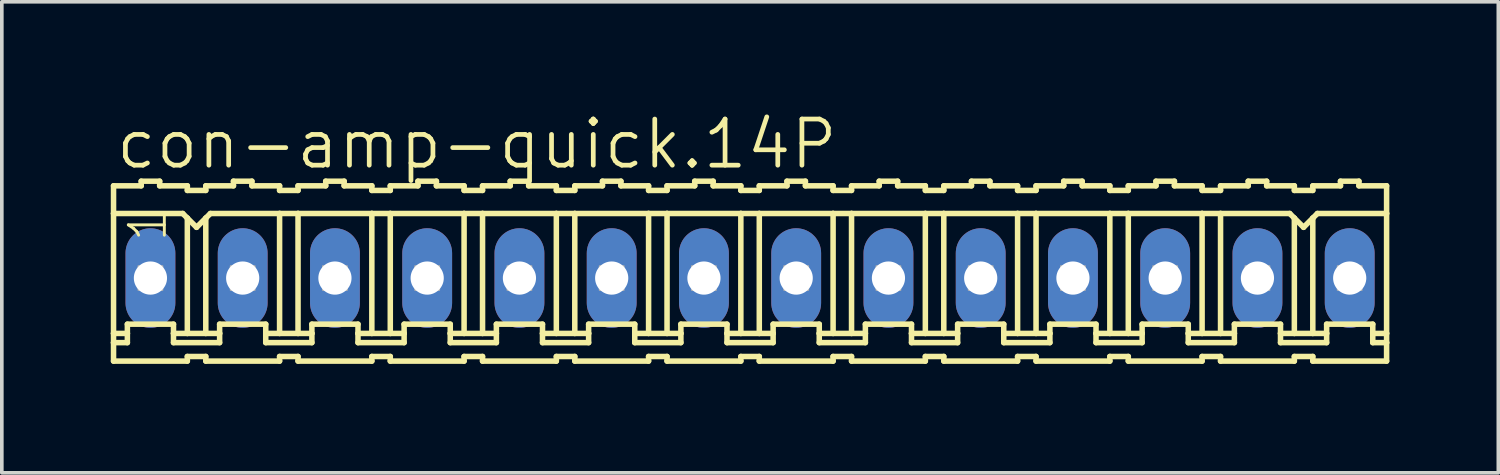
<source format=kicad_pcb>
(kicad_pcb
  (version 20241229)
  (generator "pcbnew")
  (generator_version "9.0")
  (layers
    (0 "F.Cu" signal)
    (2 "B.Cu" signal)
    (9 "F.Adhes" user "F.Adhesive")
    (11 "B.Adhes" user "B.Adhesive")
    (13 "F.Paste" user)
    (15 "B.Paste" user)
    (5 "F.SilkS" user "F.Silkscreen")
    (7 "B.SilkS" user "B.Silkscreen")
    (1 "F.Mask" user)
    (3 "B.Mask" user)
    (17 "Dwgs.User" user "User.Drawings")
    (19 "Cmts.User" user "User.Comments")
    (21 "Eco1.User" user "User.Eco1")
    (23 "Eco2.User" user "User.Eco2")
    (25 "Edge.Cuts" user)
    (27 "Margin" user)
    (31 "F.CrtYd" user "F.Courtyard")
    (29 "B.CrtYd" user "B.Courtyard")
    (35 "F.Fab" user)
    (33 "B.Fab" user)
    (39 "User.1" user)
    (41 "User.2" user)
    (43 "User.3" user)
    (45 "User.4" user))
  (footprint "con-amp-quick.14P"
    (layer "F.Cu")
    (at 17.602 4.606)
    (property "Reference" "con-amp-quick.14P" (at -17.526 -2.946 0) (layer "F.SilkS") (effects (font (size 1.27 1.27) (thickness 0.13)) (justify left bottom)))
    (attr through_hole)
    (fp_line (start -17.526 -2.54) (end -17.526 -1.778) (stroke (width 0.152) (type default)) (layer "F.SilkS"))
    (fp_line (start -17.526 -2.54) (end -16.764 -2.54) (stroke (width 0.152) (type default)) (layer "F.SilkS"))
    (fp_line (start -17.526 -1.778) (end -17.526 1.524) (stroke (width 0.152) (type default)) (layer "F.SilkS"))
    (fp_line (start -17.526 1.524) (end -17.526 1.778) (stroke (width 0.152) (type default)) (layer "F.SilkS"))
    (fp_line (start -17.526 1.778) (end -17.526 2.286) (stroke (width 0.152) (type default)) (layer "F.SilkS"))
    (fp_line (start -17.526 1.778) (end -17.145 1.778) (stroke (width 0.152) (type default)) (layer "F.SilkS"))
    (fp_line (start -17.145 1.27) (end -15.875 1.27) (stroke (width 0.152) (type default)) (layer "F.SilkS"))
    (fp_line (start -17.145 1.524) (end -17.526 1.524) (stroke (width 0.152) (type default)) (layer "F.SilkS"))
    (fp_line (start -17.145 1.524) (end -17.145 1.27) (stroke (width 0.152) (type default)) (layer "F.SilkS"))
    (fp_line (start -17.145 1.778) (end -17.145 1.524) (stroke (width 0.152) (type default)) (layer "F.SilkS"))
    (fp_line (start -16.764 -2.54) (end -16.764 -2.667) (stroke (width 0.152) (type default)) (layer "F.SilkS"))
    (fp_line (start -16.256 -2.667) (end -16.764 -2.667) (stroke (width 0.152) (type default)) (layer "F.SilkS"))
    (fp_line (start -16.256 -2.54) (end -16.256 -2.667) (stroke (width 0.152) (type default)) (layer "F.SilkS"))
    (fp_line (start -15.875 1.524) (end -15.875 1.27) (stroke (width 0.152) (type default)) (layer "F.SilkS"))
    (fp_line (start -15.875 1.524) (end -15.494 1.524) (stroke (width 0.152) (type default)) (layer "F.SilkS"))
    (fp_line (start -15.875 1.778) (end -15.875 1.524) (stroke (width 0.152) (type default)) (layer "F.SilkS"))
    (fp_line (start -15.621 -1.778) (end -17.526 -1.778) (stroke (width 0.152) (type default)) (layer "F.SilkS"))
    (fp_line (start -15.621 -1.778) (end -15.494 -1.651) (stroke (width 0.152) (type default)) (layer "F.SilkS"))
    (fp_line (start -15.494 -2.54) (end -16.256 -2.54) (stroke (width 0.152) (type default)) (layer "F.SilkS"))
    (fp_line (start -15.494 -2.413) (end -15.494 -2.54) (stroke (width 0.152) (type default)) (layer "F.SilkS"))
    (fp_line (start -15.494 -2.413) (end -14.986 -2.413) (stroke (width 0.152) (type default)) (layer "F.SilkS"))
    (fp_line (start -15.494 -1.651) (end -15.494 1.524) (stroke (width 0.152) (type default)) (layer "F.SilkS"))
    (fp_line (start -15.494 -1.651) (end -15.24 -1.397) (stroke (width 0.152) (type default)) (layer "F.SilkS"))
    (fp_line (start -15.494 1.524) (end -14.986 1.524) (stroke (width 0.152) (type default)) (layer "F.SilkS"))
    (fp_line (start -15.494 2.159) (end -15.494 2.286) (stroke (width 0.152) (type default)) (layer "F.SilkS"))
    (fp_line (start -15.494 2.286) (end -17.526 2.286) (stroke (width 0.152) (type default)) (layer "F.SilkS"))
    (fp_line (start -15.24 -1.397) (end -14.986 -1.651) (stroke (width 0.152) (type default)) (layer "F.SilkS"))
    (fp_line (start -14.986 -2.54) (end -14.224 -2.54) (stroke (width 0.152) (type default)) (layer "F.SilkS"))
    (fp_line (start -14.986 -2.413) (end -14.986 -2.54) (stroke (width 0.152) (type default)) (layer "F.SilkS"))
    (fp_line (start -14.986 -1.651) (end -14.986 1.524) (stroke (width 0.152) (type default)) (layer "F.SilkS"))
    (fp_line (start -14.986 -1.651) (end -14.859 -1.778) (stroke (width 0.152) (type default)) (layer "F.SilkS"))
    (fp_line (start -14.986 1.524) (end -14.605 1.524) (stroke (width 0.152) (type default)) (layer "F.SilkS"))
    (fp_line (start -14.986 2.159) (end -15.494 2.159) (stroke (width 0.152) (type default)) (layer "F.SilkS"))
    (fp_line (start -14.986 2.159) (end -14.986 2.286) (stroke (width 0.152) (type default)) (layer "F.SilkS"))
    (fp_line (start -14.986 2.286) (end -12.954 2.286) (stroke (width 0.152) (type default)) (layer "F.SilkS"))
    (fp_line (start -14.859 -1.778) (end -12.954 -1.778) (stroke (width 0.152) (type default)) (layer "F.SilkS"))
    (fp_line (start -14.605 1.27) (end -13.335 1.27) (stroke (width 0.152) (type default)) (layer "F.SilkS"))
    (fp_line (start -14.605 1.524) (end -14.605 1.27) (stroke (width 0.152) (type default)) (layer "F.SilkS"))
    (fp_line (start -14.605 1.778) (end -15.875 1.778) (stroke (width 0.152) (type default)) (layer "F.SilkS"))
    (fp_line (start -14.605 1.778) (end -14.605 1.524) (stroke (width 0.152) (type default)) (layer "F.SilkS"))
    (fp_line (start -14.224 -2.54) (end -14.224 -2.667) (stroke (width 0.152) (type default)) (layer "F.SilkS"))
    (fp_line (start -13.716 -2.667) (end -14.224 -2.667) (stroke (width 0.152) (type default)) (layer "F.SilkS"))
    (fp_line (start -13.716 -2.54) (end -13.716 -2.667) (stroke (width 0.152) (type default)) (layer "F.SilkS"))
    (fp_line (start -13.716 -2.54) (end -12.954 -2.54) (stroke (width 0.152) (type default)) (layer "F.SilkS"))
    (fp_line (start -13.335 1.524) (end -13.335 1.27) (stroke (width 0.152) (type default)) (layer "F.SilkS"))
    (fp_line (start -13.335 1.524) (end -12.954 1.524) (stroke (width 0.152) (type default)) (layer "F.SilkS"))
    (fp_line (start -13.335 1.778) (end -13.335 1.524) (stroke (width 0.152) (type default)) (layer "F.SilkS"))
    (fp_line (start -13.335 1.778) (end -12.065 1.778) (stroke (width 0.152) (type default)) (layer "F.SilkS"))
    (fp_line (start -12.954 -2.413) (end -12.954 -2.54) (stroke (width 0.152) (type default)) (layer "F.SilkS"))
    (fp_line (start -12.954 -1.778) (end -12.954 1.524) (stroke (width 0.152) (type default)) (layer "F.SilkS"))
    (fp_line (start -12.954 -1.778) (end -12.446 -1.778) (stroke (width 0.152) (type default)) (layer "F.SilkS"))
    (fp_line (start -12.954 1.524) (end -12.446 1.524) (stroke (width 0.152) (type default)) (layer "F.SilkS"))
    (fp_line (start -12.954 2.159) (end -12.954 2.286) (stroke (width 0.152) (type default)) (layer "F.SilkS"))
    (fp_line (start -12.446 -2.54) (end -11.684 -2.54) (stroke (width 0.152) (type default)) (layer "F.SilkS"))
    (fp_line (start -12.446 -2.413) (end -12.954 -2.413) (stroke (width 0.152) (type default)) (layer "F.SilkS"))
    (fp_line (start -12.446 -2.413) (end -12.446 -2.54) (stroke (width 0.152) (type default)) (layer "F.SilkS"))
    (fp_line (start -12.446 -1.778) (end -12.446 1.524) (stroke (width 0.152) (type default)) (layer "F.SilkS"))
    (fp_line (start -12.446 -1.778) (end -10.414 -1.778) (stroke (width 0.152) (type default)) (layer "F.SilkS"))
    (fp_line (start -12.446 1.524) (end -12.065 1.524) (stroke (width 0.152) (type default)) (layer "F.SilkS"))
    (fp_line (start -12.446 2.159) (end -12.954 2.159) (stroke (width 0.152) (type default)) (layer "F.SilkS"))
    (fp_line (start -12.446 2.159) (end -12.446 2.286) (stroke (width 0.152) (type default)) (layer "F.SilkS"))
    (fp_line (start -12.065 1.27) (end -10.795 1.27) (stroke (width 0.152) (type default)) (layer "F.SilkS"))
    (fp_line (start -12.065 1.524) (end -12.065 1.27) (stroke (width 0.152) (type default)) (layer "F.SilkS"))
    (fp_line (start -12.065 1.778) (end -12.065 1.524) (stroke (width 0.152) (type default)) (layer "F.SilkS"))
    (fp_line (start -11.684 -2.54) (end -11.684 -2.667) (stroke (width 0.152) (type default)) (layer "F.SilkS"))
    (fp_line (start -11.176 -2.667) (end -11.684 -2.667) (stroke (width 0.152) (type default)) (layer "F.SilkS"))
    (fp_line (start -11.176 -2.54) (end -11.176 -2.667) (stroke (width 0.152) (type default)) (layer "F.SilkS"))
    (fp_line (start -11.176 -2.54) (end -10.414 -2.54) (stroke (width 0.152) (type default)) (layer "F.SilkS"))
    (fp_line (start -10.795 1.524) (end -10.795 1.27) (stroke (width 0.152) (type default)) (layer "F.SilkS"))
    (fp_line (start -10.795 1.524) (end -10.414 1.524) (stroke (width 0.152) (type default)) (layer "F.SilkS"))
    (fp_line (start -10.795 1.778) (end -10.795 1.524) (stroke (width 0.152) (type default)) (layer "F.SilkS"))
    (fp_line (start -10.414 -2.54) (end -10.414 -2.413) (stroke (width 0.152) (type default)) (layer "F.SilkS"))
    (fp_line (start -10.414 -1.778) (end -10.414 1.524) (stroke (width 0.152) (type default)) (layer "F.SilkS"))
    (fp_line (start -10.414 2.159) (end -10.414 2.286) (stroke (width 0.152) (type default)) (layer "F.SilkS"))
    (fp_line (start -10.414 2.286) (end -12.446 2.286) (stroke (width 0.152) (type default)) (layer "F.SilkS"))
    (fp_line (start -9.906 -2.54) (end -9.906 -2.413) (stroke (width 0.152) (type default)) (layer "F.SilkS"))
    (fp_line (start -9.906 -2.54) (end -9.144 -2.54) (stroke (width 0.152) (type default)) (layer "F.SilkS"))
    (fp_line (start -9.906 -2.413) (end -10.414 -2.413) (stroke (width 0.152) (type default)) (layer "F.SilkS"))
    (fp_line (start -9.906 -1.778) (end -10.414 -1.778) (stroke (width 0.152) (type default)) (layer "F.SilkS"))
    (fp_line (start -9.906 -1.778) (end -9.906 1.524) (stroke (width 0.152) (type default)) (layer "F.SilkS"))
    (fp_line (start -9.906 -1.778) (end -7.874 -1.778) (stroke (width 0.152) (type default)) (layer "F.SilkS"))
    (fp_line (start -9.906 1.524) (end -10.414 1.524) (stroke (width 0.152) (type default)) (layer "F.SilkS"))
    (fp_line (start -9.906 2.159) (end -10.414 2.159) (stroke (width 0.152) (type default)) (layer "F.SilkS"))
    (fp_line (start -9.906 2.159) (end -9.906 2.286) (stroke (width 0.152) (type default)) (layer "F.SilkS"))
    (fp_line (start -9.525 1.27) (end -8.255 1.27) (stroke (width 0.152) (type default)) (layer "F.SilkS"))
    (fp_line (start -9.525 1.524) (end -9.906 1.524) (stroke (width 0.152) (type default)) (layer "F.SilkS"))
    (fp_line (start -9.525 1.524) (end -9.525 1.27) (stroke (width 0.152) (type default)) (layer "F.SilkS"))
    (fp_line (start -9.525 1.778) (end -10.795 1.778) (stroke (width 0.152) (type default)) (layer "F.SilkS"))
    (fp_line (start -9.525 1.778) (end -9.525 1.524) (stroke (width 0.152) (type default)) (layer "F.SilkS"))
    (fp_line (start -9.144 -2.54) (end -9.144 -2.667) (stroke (width 0.152) (type default)) (layer "F.SilkS"))
    (fp_line (start -8.636 -2.667) (end -9.144 -2.667) (stroke (width 0.152) (type default)) (layer "F.SilkS"))
    (fp_line (start -8.636 -2.54) (end -8.636 -2.667) (stroke (width 0.152) (type default)) (layer "F.SilkS"))
    (fp_line (start -8.255 1.524) (end -8.255 1.27) (stroke (width 0.152) (type default)) (layer "F.SilkS"))
    (fp_line (start -8.255 1.524) (end -7.874 1.524) (stroke (width 0.152) (type default)) (layer "F.SilkS"))
    (fp_line (start -8.255 1.778) (end -8.255 1.524) (stroke (width 0.152) (type default)) (layer "F.SilkS"))
    (fp_line (start -7.874 -2.54) (end -8.636 -2.54) (stroke (width 0.152) (type default)) (layer "F.SilkS"))
    (fp_line (start -7.874 -2.413) (end -7.874 -2.54) (stroke (width 0.152) (type default)) (layer "F.SilkS"))
    (fp_line (start -7.874 -2.413) (end -7.366 -2.413) (stroke (width 0.152) (type default)) (layer "F.SilkS"))
    (fp_line (start -7.874 -1.778) (end -7.874 1.524) (stroke (width 0.152) (type default)) (layer "F.SilkS"))
    (fp_line (start -7.874 -1.778) (end -7.366 -1.778) (stroke (width 0.152) (type default)) (layer "F.SilkS"))
    (fp_line (start -7.874 1.524) (end -7.366 1.524) (stroke (width 0.152) (type default)) (layer "F.SilkS"))
    (fp_line (start -7.874 2.159) (end -7.874 2.286) (stroke (width 0.152) (type default)) (layer "F.SilkS"))
    (fp_line (start -7.874 2.286) (end -9.906 2.286) (stroke (width 0.152) (type default)) (layer "F.SilkS"))
    (fp_line (start -7.366 -2.54) (end -6.604 -2.54) (stroke (width 0.152) (type default)) (layer "F.SilkS"))
    (fp_line (start -7.366 -2.413) (end -7.366 -2.54) (stroke (width 0.152) (type default)) (layer "F.SilkS"))
    (fp_line (start -7.366 -1.778) (end -7.366 1.524) (stroke (width 0.152) (type default)) (layer "F.SilkS"))
    (fp_line (start -7.366 -1.778) (end -5.334 -1.778) (stroke (width 0.152) (type default)) (layer "F.SilkS"))
    (fp_line (start -7.366 1.524) (end -6.985 1.524) (stroke (width 0.152) (type default)) (layer "F.SilkS"))
    (fp_line (start -7.366 2.159) (end -7.874 2.159) (stroke (width 0.152) (type default)) (layer "F.SilkS"))
    (fp_line (start -7.366 2.159) (end -7.366 2.286) (stroke (width 0.152) (type default)) (layer "F.SilkS"))
    (fp_line (start -6.985 1.27) (end -5.715 1.27) (stroke (width 0.152) (type default)) (layer "F.SilkS"))
    (fp_line (start -6.985 1.524) (end -6.985 1.27) (stroke (width 0.152) (type default)) (layer "F.SilkS"))
    (fp_line (start -6.985 1.778) (end -8.255 1.778) (stroke (width 0.152) (type default)) (layer "F.SilkS"))
    (fp_line (start -6.985 1.778) (end -6.985 1.524) (stroke (width 0.152) (type default)) (layer "F.SilkS"))
    (fp_line (start -6.604 -2.54) (end -6.604 -2.667) (stroke (width 0.152) (type default)) (layer "F.SilkS"))
    (fp_line (start -6.096 -2.667) (end -6.604 -2.667) (stroke (width 0.152) (type default)) (layer "F.SilkS"))
    (fp_line (start -6.096 -2.54) (end -6.096 -2.667) (stroke (width 0.152) (type default)) (layer "F.SilkS"))
    (fp_line (start -5.715 1.524) (end -5.715 1.27) (stroke (width 0.152) (type default)) (layer "F.SilkS"))
    (fp_line (start -5.715 1.524) (end -5.334 1.524) (stroke (width 0.152) (type default)) (layer "F.SilkS"))
    (fp_line (start -5.715 1.778) (end -5.715 1.524) (stroke (width 0.152) (type default)) (layer "F.SilkS"))
    (fp_line (start -5.334 -2.54) (end -6.096 -2.54) (stroke (width 0.152) (type default)) (layer "F.SilkS"))
    (fp_line (start -5.334 -2.413) (end -5.334 -2.54) (stroke (width 0.152) (type default)) (layer "F.SilkS"))
    (fp_line (start -5.334 -2.413) (end -4.826 -2.413) (stroke (width 0.152) (type default)) (layer "F.SilkS"))
    (fp_line (start -5.334 -1.778) (end -5.334 1.524) (stroke (width 0.152) (type default)) (layer "F.SilkS"))
    (fp_line (start -5.334 -1.778) (end -4.826 -1.778) (stroke (width 0.152) (type default)) (layer "F.SilkS"))
    (fp_line (start -5.334 1.524) (end -4.826 1.524) (stroke (width 0.152) (type default)) (layer "F.SilkS"))
    (fp_line (start -5.334 2.159) (end -5.334 2.286) (stroke (width 0.152) (type default)) (layer "F.SilkS"))
    (fp_line (start -5.334 2.286) (end -7.366 2.286) (stroke (width 0.152) (type default)) (layer "F.SilkS"))
    (fp_line (start -4.826 -2.54) (end -4.064 -2.54) (stroke (width 0.152) (type default)) (layer "F.SilkS"))
    (fp_line (start -4.826 -2.413) (end -4.826 -2.54) (stroke (width 0.152) (type default)) (layer "F.SilkS"))
    (fp_line (start -4.826 -1.778) (end -4.826 1.524) (stroke (width 0.152) (type default)) (layer "F.SilkS"))
    (fp_line (start -4.826 -1.778) (end -2.794 -1.778) (stroke (width 0.152) (type default)) (layer "F.SilkS"))
    (fp_line (start -4.826 1.524) (end -4.445 1.524) (stroke (width 0.152) (type default)) (layer "F.SilkS"))
    (fp_line (start -4.826 2.159) (end -5.334 2.159) (stroke (width 0.152) (type default)) (layer "F.SilkS"))
    (fp_line (start -4.826 2.159) (end -4.826 2.286) (stroke (width 0.152) (type default)) (layer "F.SilkS"))
    (fp_line (start -4.445 1.27) (end -3.175 1.27) (stroke (width 0.152) (type default)) (layer "F.SilkS"))
    (fp_line (start -4.445 1.524) (end -4.445 1.27) (stroke (width 0.152) (type default)) (layer "F.SilkS"))
    (fp_line (start -4.445 1.778) (end -5.715 1.778) (stroke (width 0.152) (type default)) (layer "F.SilkS"))
    (fp_line (start -4.445 1.778) (end -4.445 1.524) (stroke (width 0.152) (type default)) (layer "F.SilkS"))
    (fp_line (start -4.064 -2.54) (end -4.064 -2.667) (stroke (width 0.152) (type default)) (layer "F.SilkS"))
    (fp_line (start -3.556 -2.667) (end -4.064 -2.667) (stroke (width 0.152) (type default)) (layer "F.SilkS"))
    (fp_line (start -3.556 -2.54) (end -3.556 -2.667) (stroke (width 0.152) (type default)) (layer "F.SilkS"))
    (fp_line (start -3.175 1.524) (end -3.175 1.27) (stroke (width 0.152) (type default)) (layer "F.SilkS"))
    (fp_line (start -3.175 1.524) (end -2.794 1.524) (stroke (width 0.152) (type default)) (layer "F.SilkS"))
    (fp_line (start -3.175 1.778) (end -3.175 1.524) (stroke (width 0.152) (type default)) (layer "F.SilkS"))
    (fp_line (start -2.794 -2.54) (end -3.556 -2.54) (stroke (width 0.152) (type default)) (layer "F.SilkS"))
    (fp_line (start -2.794 -2.413) (end -2.794 -2.54) (stroke (width 0.152) (type default)) (layer "F.SilkS"))
    (fp_line (start -2.794 -2.413) (end -2.286 -2.413) (stroke (width 0.152) (type default)) (layer "F.SilkS"))
    (fp_line (start -2.794 -1.778) (end -2.794 1.524) (stroke (width 0.152) (type default)) (layer "F.SilkS"))
    (fp_line (start -2.794 -1.778) (end -2.286 -1.778) (stroke (width 0.152) (type default)) (layer "F.SilkS"))
    (fp_line (start -2.794 1.524) (end -2.286 1.524) (stroke (width 0.152) (type default)) (layer "F.SilkS"))
    (fp_line (start -2.794 2.159) (end -2.794 2.286) (stroke (width 0.152) (type default)) (layer "F.SilkS"))
    (fp_line (start -2.794 2.286) (end -4.826 2.286) (stroke (width 0.152) (type default)) (layer "F.SilkS"))
    (fp_line (start -2.286 -2.54) (end -1.524 -2.54) (stroke (width 0.152) (type default)) (layer "F.SilkS"))
    (fp_line (start -2.286 -2.413) (end -2.286 -2.54) (stroke (width 0.152) (type default)) (layer "F.SilkS"))
    (fp_line (start -2.286 -1.778) (end -2.286 1.524) (stroke (width 0.152) (type default)) (layer "F.SilkS"))
    (fp_line (start -2.286 -1.778) (end -0.254 -1.778) (stroke (width 0.152) (type default)) (layer "F.SilkS"))
    (fp_line (start -2.286 1.524) (end -1.905 1.524) (stroke (width 0.152) (type default)) (layer "F.SilkS"))
    (fp_line (start -2.286 2.159) (end -2.794 2.159) (stroke (width 0.152) (type default)) (layer "F.SilkS"))
    (fp_line (start -2.286 2.159) (end -2.286 2.286) (stroke (width 0.152) (type default)) (layer "F.SilkS"))
    (fp_line (start -1.905 1.27) (end -0.635 1.27) (stroke (width 0.152) (type default)) (layer "F.SilkS"))
    (fp_line (start -1.905 1.524) (end -1.905 1.27) (stroke (width 0.152) (type default)) (layer "F.SilkS"))
    (fp_line (start -1.905 1.778) (end -3.175 1.778) (stroke (width 0.152) (type default)) (layer "F.SilkS"))
    (fp_line (start -1.905 1.778) (end -1.905 1.524) (stroke (width 0.152) (type default)) (layer "F.SilkS"))
    (fp_line (start -1.524 -2.54) (end -1.524 -2.667) (stroke (width 0.152) (type default)) (layer "F.SilkS"))
    (fp_line (start -1.016 -2.667) (end -1.524 -2.667) (stroke (width 0.152) (type default)) (layer "F.SilkS"))
    (fp_line (start -1.016 -2.54) (end -1.016 -2.667) (stroke (width 0.152) (type default)) (layer "F.SilkS"))
    (fp_line (start -0.635 1.524) (end -0.635 1.27) (stroke (width 0.152) (type default)) (layer "F.SilkS"))
    (fp_line (start -0.635 1.524) (end -0.254 1.524) (stroke (width 0.152) (type default)) (layer "F.SilkS"))
    (fp_line (start -0.635 1.778) (end -0.635 1.524) (stroke (width 0.152) (type default)) (layer "F.SilkS"))
    (fp_line (start -0.254 -2.54) (end -1.016 -2.54) (stroke (width 0.152) (type default)) (layer "F.SilkS"))
    (fp_line (start -0.254 -2.413) (end -0.254 -2.54) (stroke (width 0.152) (type default)) (layer "F.SilkS"))
    (fp_line (start -0.254 -2.413) (end 0.254 -2.413) (stroke (width 0.152) (type default)) (layer "F.SilkS"))
    (fp_line (start -0.254 -1.778) (end -0.254 1.524) (stroke (width 0.152) (type default)) (layer "F.SilkS"))
    (fp_line (start -0.254 -1.778) (end 0.254 -1.778) (stroke (width 0.152) (type default)) (layer "F.SilkS"))
    (fp_line (start -0.254 1.524) (end 0.254 1.524) (stroke (width 0.152) (type default)) (layer "F.SilkS"))
    (fp_line (start -0.254 2.159) (end -0.254 2.286) (stroke (width 0.152) (type default)) (layer "F.SilkS"))
    (fp_line (start -0.254 2.286) (end -2.286 2.286) (stroke (width 0.152) (type default)) (layer "F.SilkS"))
    (fp_line (start 0.254 -2.54) (end 1.016 -2.54) (stroke (width 0.152) (type default)) (layer "F.SilkS"))
    (fp_line (start 0.254 -2.413) (end 0.254 -2.54) (stroke (width 0.152) (type default)) (layer "F.SilkS"))
    (fp_line (start 0.254 -1.778) (end 0.254 1.524) (stroke (width 0.152) (type default)) (layer "F.SilkS"))
    (fp_line (start 0.254 -1.778) (end 2.286 -1.778) (stroke (width 0.152) (type default)) (layer "F.SilkS"))
    (fp_line (start 0.254 1.524) (end 0.635 1.524) (stroke (width 0.152) (type default)) (layer "F.SilkS"))
    (fp_line (start 0.254 2.159) (end -0.254 2.159) (stroke (width 0.152) (type default)) (layer "F.SilkS"))
    (fp_line (start 0.254 2.159) (end 0.254 2.286) (stroke (width 0.152) (type default)) (layer "F.SilkS"))
    (fp_line (start 0.635 1.27) (end 1.905 1.27) (stroke (width 0.152) (type default)) (layer "F.SilkS"))
    (fp_line (start 0.635 1.524) (end 0.635 1.27) (stroke (width 0.152) (type default)) (layer "F.SilkS"))
    (fp_line (start 0.635 1.778) (end -0.635 1.778) (stroke (width 0.152) (type default)) (layer "F.SilkS"))
    (fp_line (start 0.635 1.778) (end 0.635 1.524) (stroke (width 0.152) (type default)) (layer "F.SilkS"))
    (fp_line (start 1.016 -2.54) (end 1.016 -2.667) (stroke (width 0.152) (type default)) (layer "F.SilkS"))
    (fp_line (start 1.524 -2.667) (end 1.016 -2.667) (stroke (width 0.152) (type default)) (layer "F.SilkS"))
    (fp_line (start 1.524 -2.54) (end 1.524 -2.667) (stroke (width 0.152) (type default)) (layer "F.SilkS"))
    (fp_line (start 1.905 1.524) (end 1.905 1.27) (stroke (width 0.152) (type default)) (layer "F.SilkS"))
    (fp_line (start 1.905 1.524) (end 2.286 1.524) (stroke (width 0.152) (type default)) (layer "F.SilkS"))
    (fp_line (start 1.905 1.778) (end 1.905 1.524) (stroke (width 0.152) (type default)) (layer "F.SilkS"))
    (fp_line (start 2.286 -2.54) (end 1.524 -2.54) (stroke (width 0.152) (type default)) (layer "F.SilkS"))
    (fp_line (start 2.286 -2.413) (end 2.286 -2.54) (stroke (width 0.152) (type default)) (layer "F.SilkS"))
    (fp_line (start 2.286 -2.413) (end 2.794 -2.413) (stroke (width 0.152) (type default)) (layer "F.SilkS"))
    (fp_line (start 2.286 -1.778) (end 2.286 1.524) (stroke (width 0.152) (type default)) (layer "F.SilkS"))
    (fp_line (start 2.286 -1.778) (end 2.794 -1.778) (stroke (width 0.152) (type default)) (layer "F.SilkS"))
    (fp_line (start 2.286 1.524) (end 2.794 1.524) (stroke (width 0.152) (type default)) (layer "F.SilkS"))
    (fp_line (start 2.286 2.159) (end 2.286 2.286) (stroke (width 0.152) (type default)) (layer "F.SilkS"))
    (fp_line (start 2.286 2.286) (end 0.254 2.286) (stroke (width 0.152) (type default)) (layer "F.SilkS"))
    (fp_line (start 2.794 -2.54) (end 3.556 -2.54) (stroke (width 0.152) (type default)) (layer "F.SilkS"))
    (fp_line (start 2.794 -2.413) (end 2.794 -2.54) (stroke (width 0.152) (type default)) (layer "F.SilkS"))
    (fp_line (start 2.794 -1.778) (end 2.794 1.524) (stroke (width 0.152) (type default)) (layer "F.SilkS"))
    (fp_line (start 2.794 -1.778) (end 4.826 -1.778) (stroke (width 0.152) (type default)) (layer "F.SilkS"))
    (fp_line (start 2.794 1.524) (end 3.175 1.524) (stroke (width 0.152) (type default)) (layer "F.SilkS"))
    (fp_line (start 2.794 2.159) (end 2.286 2.159) (stroke (width 0.152) (type default)) (layer "F.SilkS"))
    (fp_line (start 2.794 2.159) (end 2.794 2.286) (stroke (width 0.152) (type default)) (layer "F.SilkS"))
    (fp_line (start 3.175 1.27) (end 4.445 1.27) (stroke (width 0.152) (type default)) (layer "F.SilkS"))
    (fp_line (start 3.175 1.524) (end 3.175 1.27) (stroke (width 0.152) (type default)) (layer "F.SilkS"))
    (fp_line (start 3.175 1.778) (end 1.905 1.778) (stroke (width 0.152) (type default)) (layer "F.SilkS"))
    (fp_line (start 3.175 1.778) (end 3.175 1.524) (stroke (width 0.152) (type default)) (layer "F.SilkS"))
    (fp_line (start 3.556 -2.54) (end 3.556 -2.667) (stroke (width 0.152) (type default)) (layer "F.SilkS"))
    (fp_line (start 4.064 -2.667) (end 3.556 -2.667) (stroke (width 0.152) (type default)) (layer "F.SilkS"))
    (fp_line (start 4.064 -2.54) (end 4.064 -2.667) (stroke (width 0.152) (type default)) (layer "F.SilkS"))
    (fp_line (start 4.445 1.524) (end 4.445 1.27) (stroke (width 0.152) (type default)) (layer "F.SilkS"))
    (fp_line (start 4.445 1.524) (end 4.826 1.524) (stroke (width 0.152) (type default)) (layer "F.SilkS"))
    (fp_line (start 4.445 1.778) (end 4.445 1.524) (stroke (width 0.152) (type default)) (layer "F.SilkS"))
    (fp_line (start 4.826 -2.54) (end 4.064 -2.54) (stroke (width 0.152) (type default)) (layer "F.SilkS"))
    (fp_line (start 4.826 -2.413) (end 4.826 -2.54) (stroke (width 0.152) (type default)) (layer "F.SilkS"))
    (fp_line (start 4.826 -2.413) (end 5.334 -2.413) (stroke (width 0.152) (type default)) (layer "F.SilkS"))
    (fp_line (start 4.826 -1.778) (end 4.826 1.524) (stroke (width 0.152) (type default)) (layer "F.SilkS"))
    (fp_line (start 4.826 -1.778) (end 5.334 -1.778) (stroke (width 0.152) (type default)) (layer "F.SilkS"))
    (fp_line (start 4.826 1.524) (end 5.334 1.524) (stroke (width 0.152) (type default)) (layer "F.SilkS"))
    (fp_line (start 4.826 2.159) (end 4.826 2.286) (stroke (width 0.152) (type default)) (layer "F.SilkS"))
    (fp_line (start 4.826 2.286) (end 2.794 2.286) (stroke (width 0.152) (type default)) (layer "F.SilkS"))
    (fp_line (start 5.334 -2.54) (end 6.096 -2.54) (stroke (width 0.152) (type default)) (layer "F.SilkS"))
    (fp_line (start 5.334 -2.413) (end 5.334 -2.54) (stroke (width 0.152) (type default)) (layer "F.SilkS"))
    (fp_line (start 5.334 -1.778) (end 5.334 1.524) (stroke (width 0.152) (type default)) (layer "F.SilkS"))
    (fp_line (start 5.334 -1.778) (end 7.366 -1.778) (stroke (width 0.152) (type default)) (layer "F.SilkS"))
    (fp_line (start 5.334 1.524) (end 5.715 1.524) (stroke (width 0.152) (type default)) (layer "F.SilkS"))
    (fp_line (start 5.334 2.159) (end 4.826 2.159) (stroke (width 0.152) (type default)) (layer "F.SilkS"))
    (fp_line (start 5.334 2.159) (end 5.334 2.286) (stroke (width 0.152) (type default)) (layer "F.SilkS"))
    (fp_line (start 5.715 1.27) (end 6.985 1.27) (stroke (width 0.152) (type default)) (layer "F.SilkS"))
    (fp_line (start 5.715 1.524) (end 5.715 1.27) (stroke (width 0.152) (type default)) (layer "F.SilkS"))
    (fp_line (start 5.715 1.778) (end 4.445 1.778) (stroke (width 0.152) (type default)) (layer "F.SilkS"))
    (fp_line (start 5.715 1.778) (end 5.715 1.524) (stroke (width 0.152) (type default)) (layer "F.SilkS"))
    (fp_line (start 6.096 -2.54) (end 6.096 -2.667) (stroke (width 0.152) (type default)) (layer "F.SilkS"))
    (fp_line (start 6.604 -2.667) (end 6.096 -2.667) (stroke (width 0.152) (type default)) (layer "F.SilkS"))
    (fp_line (start 6.604 -2.54) (end 6.604 -2.667) (stroke (width 0.152) (type default)) (layer "F.SilkS"))
    (fp_line (start 6.985 1.524) (end 6.985 1.27) (stroke (width 0.152) (type default)) (layer "F.SilkS"))
    (fp_line (start 6.985 1.524) (end 7.366 1.524) (stroke (width 0.152) (type default)) (layer "F.SilkS"))
    (fp_line (start 6.985 1.778) (end 6.985 1.524) (stroke (width 0.152) (type default)) (layer "F.SilkS"))
    (fp_line (start 7.366 -2.54) (end 6.604 -2.54) (stroke (width 0.152) (type default)) (layer "F.SilkS"))
    (fp_line (start 7.366 -2.413) (end 7.366 -2.54) (stroke (width 0.152) (type default)) (layer "F.SilkS"))
    (fp_line (start 7.366 -2.413) (end 7.874 -2.413) (stroke (width 0.152) (type default)) (layer "F.SilkS"))
    (fp_line (start 7.366 -1.778) (end 7.366 1.524) (stroke (width 0.152) (type default)) (layer "F.SilkS"))
    (fp_line (start 7.366 -1.778) (end 7.874 -1.778) (stroke (width 0.152) (type default)) (layer "F.SilkS"))
    (fp_line (start 7.366 1.524) (end 7.874 1.524) (stroke (width 0.152) (type default)) (layer "F.SilkS"))
    (fp_line (start 7.366 2.159) (end 7.366 2.286) (stroke (width 0.152) (type default)) (layer "F.SilkS"))
    (fp_line (start 7.366 2.286) (end 5.334 2.286) (stroke (width 0.152) (type default)) (layer "F.SilkS"))
    (fp_line (start 7.874 -2.54) (end 8.636 -2.54) (stroke (width 0.152) (type default)) (layer "F.SilkS"))
    (fp_line (start 7.874 -2.413) (end 7.874 -2.54) (stroke (width 0.152) (type default)) (layer "F.SilkS"))
    (fp_line (start 7.874 -1.778) (end 7.874 1.524) (stroke (width 0.152) (type default)) (layer "F.SilkS"))
    (fp_line (start 7.874 -1.778) (end 9.906 -1.778) (stroke (width 0.152) (type default)) (layer "F.SilkS"))
    (fp_line (start 7.874 1.524) (end 8.255 1.524) (stroke (width 0.152) (type default)) (layer "F.SilkS"))
    (fp_line (start 7.874 2.159) (end 7.366 2.159) (stroke (width 0.152) (type default)) (layer "F.SilkS"))
    (fp_line (start 7.874 2.159) (end 7.874 2.286) (stroke (width 0.152) (type default)) (layer "F.SilkS"))
    (fp_line (start 8.255 1.27) (end 9.525 1.27) (stroke (width 0.152) (type default)) (layer "F.SilkS"))
    (fp_line (start 8.255 1.524) (end 8.255 1.27) (stroke (width 0.152) (type default)) (layer "F.SilkS"))
    (fp_line (start 8.255 1.778) (end 6.985 1.778) (stroke (width 0.152) (type default)) (layer "F.SilkS"))
    (fp_line (start 8.255 1.778) (end 8.255 1.524) (stroke (width 0.152) (type default)) (layer "F.SilkS"))
    (fp_line (start 8.636 -2.54) (end 8.636 -2.667) (stroke (width 0.152) (type default)) (layer "F.SilkS"))
    (fp_line (start 9.144 -2.667) (end 8.636 -2.667) (stroke (width 0.152) (type default)) (layer "F.SilkS"))
    (fp_line (start 9.144 -2.54) (end 9.144 -2.667) (stroke (width 0.152) (type default)) (layer "F.SilkS"))
    (fp_line (start 9.525 1.524) (end 9.525 1.27) (stroke (width 0.152) (type default)) (layer "F.SilkS"))
    (fp_line (start 9.525 1.524) (end 9.906 1.524) (stroke (width 0.152) (type default)) (layer "F.SilkS"))
    (fp_line (start 9.525 1.778) (end 9.525 1.524) (stroke (width 0.152) (type default)) (layer "F.SilkS"))
    (fp_line (start 9.906 -2.54) (end 9.144 -2.54) (stroke (width 0.152) (type default)) (layer "F.SilkS"))
    (fp_line (start 9.906 -2.413) (end 9.906 -2.54) (stroke (width 0.152) (type default)) (layer "F.SilkS"))
    (fp_line (start 9.906 -2.413) (end 10.414 -2.413) (stroke (width 0.152) (type default)) (layer "F.SilkS"))
    (fp_line (start 9.906 -1.778) (end 9.906 1.524) (stroke (width 0.152) (type default)) (layer "F.SilkS"))
    (fp_line (start 9.906 -1.778) (end 10.414 -1.778) (stroke (width 0.152) (type default)) (layer "F.SilkS"))
    (fp_line (start 9.906 1.524) (end 10.414 1.524) (stroke (width 0.152) (type default)) (layer "F.SilkS"))
    (fp_line (start 9.906 2.159) (end 9.906 2.286) (stroke (width 0.152) (type default)) (layer "F.SilkS"))
    (fp_line (start 9.906 2.286) (end 7.874 2.286) (stroke (width 0.152) (type default)) (layer "F.SilkS"))
    (fp_line (start 10.414 -2.54) (end 11.176 -2.54) (stroke (width 0.152) (type default)) (layer "F.SilkS"))
    (fp_line (start 10.414 -2.413) (end 10.414 -2.54) (stroke (width 0.152) (type default)) (layer "F.SilkS"))
    (fp_line (start 10.414 -1.778) (end 10.414 1.524) (stroke (width 0.152) (type default)) (layer "F.SilkS"))
    (fp_line (start 10.414 -1.778) (end 12.446 -1.778) (stroke (width 0.152) (type default)) (layer "F.SilkS"))
    (fp_line (start 10.414 1.524) (end 10.795 1.524) (stroke (width 0.152) (type default)) (layer "F.SilkS"))
    (fp_line (start 10.414 2.159) (end 9.906 2.159) (stroke (width 0.152) (type default)) (layer "F.SilkS"))
    (fp_line (start 10.414 2.159) (end 10.414 2.286) (stroke (width 0.152) (type default)) (layer "F.SilkS"))
    (fp_line (start 10.795 1.27) (end 12.065 1.27) (stroke (width 0.152) (type default)) (layer "F.SilkS"))
    (fp_line (start 10.795 1.524) (end 10.795 1.27) (stroke (width 0.152) (type default)) (layer "F.SilkS"))
    (fp_line (start 10.795 1.778) (end 9.525 1.778) (stroke (width 0.152) (type default)) (layer "F.SilkS"))
    (fp_line (start 10.795 1.778) (end 10.795 1.524) (stroke (width 0.152) (type default)) (layer "F.SilkS"))
    (fp_line (start 11.176 -2.54) (end 11.176 -2.667) (stroke (width 0.152) (type default)) (layer "F.SilkS"))
    (fp_line (start 11.684 -2.667) (end 11.176 -2.667) (stroke (width 0.152) (type default)) (layer "F.SilkS"))
    (fp_line (start 11.684 -2.54) (end 11.684 -2.667) (stroke (width 0.152) (type default)) (layer "F.SilkS"))
    (fp_line (start 12.065 1.524) (end 12.065 1.27) (stroke (width 0.152) (type default)) (layer "F.SilkS"))
    (fp_line (start 12.065 1.524) (end 12.446 1.524) (stroke (width 0.152) (type default)) (layer "F.SilkS"))
    (fp_line (start 12.065 1.778) (end 12.065 1.524) (stroke (width 0.152) (type default)) (layer "F.SilkS"))
    (fp_line (start 12.446 -2.54) (end 11.684 -2.54) (stroke (width 0.152) (type default)) (layer "F.SilkS"))
    (fp_line (start 12.446 -2.413) (end 12.446 -2.54) (stroke (width 0.152) (type default)) (layer "F.SilkS"))
    (fp_line (start 12.446 -2.413) (end 12.954 -2.413) (stroke (width 0.152) (type default)) (layer "F.SilkS"))
    (fp_line (start 12.446 -1.778) (end 12.446 1.524) (stroke (width 0.152) (type default)) (layer "F.SilkS"))
    (fp_line (start 12.446 -1.778) (end 12.954 -1.778) (stroke (width 0.152) (type default)) (layer "F.SilkS"))
    (fp_line (start 12.446 1.524) (end 12.954 1.524) (stroke (width 0.152) (type default)) (layer "F.SilkS"))
    (fp_line (start 12.446 2.159) (end 12.446 2.286) (stroke (width 0.152) (type default)) (layer "F.SilkS"))
    (fp_line (start 12.446 2.286) (end 10.414 2.286) (stroke (width 0.152) (type default)) (layer "F.SilkS"))
    (fp_line (start 12.954 -2.54) (end 13.716 -2.54) (stroke (width 0.152) (type default)) (layer "F.SilkS"))
    (fp_line (start 12.954 -2.413) (end 12.954 -2.54) (stroke (width 0.152) (type default)) (layer "F.SilkS"))
    (fp_line (start 12.954 -1.778) (end 12.954 1.524) (stroke (width 0.152) (type default)) (layer "F.SilkS"))
    (fp_line (start 12.954 -1.778) (end 14.859 -1.778) (stroke (width 0.152) (type default)) (layer "F.SilkS"))
    (fp_line (start 12.954 1.524) (end 13.335 1.524) (stroke (width 0.152) (type default)) (layer "F.SilkS"))
    (fp_line (start 12.954 2.159) (end 12.446 2.159) (stroke (width 0.152) (type default)) (layer "F.SilkS"))
    (fp_line (start 12.954 2.159) (end 12.954 2.286) (stroke (width 0.152) (type default)) (layer "F.SilkS"))
    (fp_line (start 13.335 1.27) (end 14.605 1.27) (stroke (width 0.152) (type default)) (layer "F.SilkS"))
    (fp_line (start 13.335 1.524) (end 13.335 1.27) (stroke (width 0.152) (type default)) (layer "F.SilkS"))
    (fp_line (start 13.335 1.778) (end 12.065 1.778) (stroke (width 0.152) (type default)) (layer "F.SilkS"))
    (fp_line (start 13.335 1.778) (end 13.335 1.524) (stroke (width 0.152) (type default)) (layer "F.SilkS"))
    (fp_line (start 13.716 -2.54) (end 13.716 -2.667) (stroke (width 0.152) (type default)) (layer "F.SilkS"))
    (fp_line (start 14.224 -2.667) (end 13.716 -2.667) (stroke (width 0.152) (type default)) (layer "F.SilkS"))
    (fp_line (start 14.224 -2.54) (end 14.224 -2.667) (stroke (width 0.152) (type default)) (layer "F.SilkS"))
    (fp_line (start 14.224 -2.54) (end 14.986 -2.54) (stroke (width 0.152) (type default)) (layer "F.SilkS"))
    (fp_line (start 14.605 1.524) (end 14.605 1.27) (stroke (width 0.152) (type default)) (layer "F.SilkS"))
    (fp_line (start 14.605 1.524) (end 14.986 1.524) (stroke (width 0.152) (type default)) (layer "F.SilkS"))
    (fp_line (start 14.605 1.778) (end 14.605 1.524) (stroke (width 0.152) (type default)) (layer "F.SilkS"))
    (fp_line (start 14.605 1.778) (end 15.875 1.778) (stroke (width 0.152) (type default)) (layer "F.SilkS"))
    (fp_line (start 14.859 -1.778) (end 14.986 -1.651) (stroke (width 0.152) (type default)) (layer "F.SilkS"))
    (fp_line (start 14.986 -2.413) (end 14.986 -2.54) (stroke (width 0.152) (type default)) (layer "F.SilkS"))
    (fp_line (start 14.986 -1.651) (end 14.986 1.524) (stroke (width 0.152) (type default)) (layer "F.SilkS"))
    (fp_line (start 14.986 -1.651) (end 15.24 -1.397) (stroke (width 0.152) (type default)) (layer "F.SilkS"))
    (fp_line (start 14.986 1.524) (end 15.494 1.524) (stroke (width 0.152) (type default)) (layer "F.SilkS"))
    (fp_line (start 14.986 2.159) (end 14.986 2.286) (stroke (width 0.152) (type default)) (layer "F.SilkS"))
    (fp_line (start 14.986 2.286) (end 12.954 2.286) (stroke (width 0.152) (type default)) (layer "F.SilkS"))
    (fp_line (start 15.24 -1.397) (end 15.494 -1.651) (stroke (width 0.152) (type default)) (layer "F.SilkS"))
    (fp_line (start 15.494 -2.54) (end 16.256 -2.54) (stroke (width 0.152) (type default)) (layer "F.SilkS"))
    (fp_line (start 15.494 -2.413) (end 14.986 -2.413) (stroke (width 0.152) (type default)) (layer "F.SilkS"))
    (fp_line (start 15.494 -2.413) (end 15.494 -2.54) (stroke (width 0.152) (type default)) (layer "F.SilkS"))
    (fp_line (start 15.494 -1.651) (end 15.494 1.524) (stroke (width 0.152) (type default)) (layer "F.SilkS"))
    (fp_line (start 15.494 -1.651) (end 15.621 -1.778) (stroke (width 0.152) (type default)) (layer "F.SilkS"))
    (fp_line (start 15.494 1.524) (end 15.875 1.524) (stroke (width 0.152) (type default)) (layer "F.SilkS"))
    (fp_line (start 15.494 2.159) (end 14.986 2.159) (stroke (width 0.152) (type default)) (layer "F.SilkS"))
    (fp_line (start 15.494 2.159) (end 15.494 2.286) (stroke (width 0.152) (type default)) (layer "F.SilkS"))
    (fp_line (start 15.621 -1.778) (end 17.526 -1.778) (stroke (width 0.152) (type default)) (layer "F.SilkS"))
    (fp_line (start 15.875 1.27) (end 17.145 1.27) (stroke (width 0.152) (type default)) (layer "F.SilkS"))
    (fp_line (start 15.875 1.524) (end 15.875 1.27) (stroke (width 0.152) (type default)) (layer "F.SilkS"))
    (fp_line (start 15.875 1.778) (end 15.875 1.524) (stroke (width 0.152) (type default)) (layer "F.SilkS"))
    (fp_line (start 16.256 -2.54) (end 16.256 -2.667) (stroke (width 0.152) (type default)) (layer "F.SilkS"))
    (fp_line (start 16.764 -2.667) (end 16.256 -2.667) (stroke (width 0.152) (type default)) (layer "F.SilkS"))
    (fp_line (start 16.764 -2.54) (end 16.764 -2.667) (stroke (width 0.152) (type default)) (layer "F.SilkS"))
    (fp_line (start 16.764 -2.54) (end 17.526 -2.54) (stroke (width 0.152) (type default)) (layer "F.SilkS"))
    (fp_line (start 17.145 1.524) (end 17.145 1.27) (stroke (width 0.152) (type default)) (layer "F.SilkS"))
    (fp_line (start 17.145 1.524) (end 17.526 1.524) (stroke (width 0.152) (type default)) (layer "F.SilkS"))
    (fp_line (start 17.145 1.778) (end 17.145 1.524) (stroke (width 0.152) (type default)) (layer "F.SilkS"))
    (fp_line (start 17.526 -1.778) (end 17.526 -2.54) (stroke (width 0.152) (type default)) (layer "F.SilkS"))
    (fp_line (start 17.526 -1.778) (end 17.526 1.524) (stroke (width 0.152) (type default)) (layer "F.SilkS"))
    (fp_line (start 17.526 1.524) (end 17.526 1.778) (stroke (width 0.152) (type default)) (layer "F.SilkS"))
    (fp_line (start 17.526 1.778) (end 17.145 1.778) (stroke (width 0.152) (type default)) (layer "F.SilkS"))
    (fp_line (start 17.526 1.778) (end 17.526 2.286) (stroke (width 0.152) (type default)) (layer "F.SilkS"))
    (fp_line (start 17.526 2.286) (end 15.494 2.286) (stroke (width 0.152) (type default)) (layer "F.SilkS"))
    (fp_rect (start -16.84 0.33) (end -16.18 -0.33) (stroke (width 0.05) (type default)) (fill no) (layer "F.Fab"))
    (fp_rect (start -14.3 0.33) (end -13.64 -0.33) (stroke (width 0.05) (type default)) (fill no) (layer "F.Fab"))
    (fp_rect (start -11.76 0.33) (end -11.1 -0.33) (stroke (width 0.05) (type default)) (fill no) (layer "F.Fab"))
    (fp_rect (start -9.22 0.33) (end -8.56 -0.33) (stroke (width 0.05) (type default)) (fill no) (layer "F.Fab"))
    (fp_rect (start -6.68 0.33) (end -6.02 -0.33) (stroke (width 0.05) (type default)) (fill no) (layer "F.Fab"))
    (fp_rect (start -4.14 0.33) (end -3.48 -0.33) (stroke (width 0.05) (type default)) (fill no) (layer "F.Fab"))
    (fp_rect (start -1.6 0.33) (end -0.94 -0.33) (stroke (width 0.05) (type default)) (fill no) (layer "F.Fab"))
    (fp_rect (start 0.94 0.33) (end 1.6 -0.33) (stroke (width 0.05) (type default)) (fill no) (layer "F.Fab"))
    (fp_rect (start 3.48 0.33) (end 4.14 -0.33) (stroke (width 0.05) (type default)) (fill no) (layer "F.Fab"))
    (fp_rect (start 6.02 0.33) (end 6.68 -0.33) (stroke (width 0.05) (type default)) (fill no) (layer "F.Fab"))
    (fp_rect (start 8.56 0.33) (end 9.22 -0.33) (stroke (width 0.05) (type default)) (fill no) (layer "F.Fab"))
    (fp_rect (start 11.1 0.33) (end 11.76 -0.33) (stroke (width 0.05) (type default)) (fill no) (layer "F.Fab"))
    (fp_rect (start 13.64 0.33) (end 14.3 -0.33) (stroke (width 0.05) (type default)) (fill no) (layer "F.Fab"))
    (fp_rect (start 16.18 0.33) (end 16.84 -0.33) (stroke (width 0.05) (type default)) (fill no) (layer "F.Fab"))
    (fp_text user "1" (at -16.002 -0.94 90) (layer "F.SilkS") (effects (font (size 0.991 0.991) (thickness 0.08)) (justify left bottom)))
    (pad "1" thru_hole oval (at -16.51 0 90) (size 2.743 1.372) (drill 0.914) (layers "*.Cu" "*.Mask"))
    (pad "2" thru_hole oval (at -13.97 0 90) (size 2.743 1.372) (drill 0.914) (layers "*.Cu" "*.Mask"))
    (pad "3" thru_hole oval (at -11.43 0 90) (size 2.743 1.372) (drill 0.914) (layers "*.Cu" "*.Mask"))
    (pad "4" thru_hole oval (at -8.89 0 90) (size 2.743 1.372) (drill 0.914) (layers "*.Cu" "*.Mask"))
    (pad "5" thru_hole oval (at -6.35 0 90) (size 2.743 1.372) (drill 0.914) (layers "*.Cu" "*.Mask"))
    (pad "6" thru_hole oval (at -3.81 0 90) (size 2.743 1.372) (drill 0.914) (layers "*.Cu" "*.Mask"))
    (pad "7" thru_hole oval (at -1.27 0 90) (size 2.743 1.372) (drill 0.914) (layers "*.Cu" "*.Mask"))
    (pad "8" thru_hole oval (at 1.27 0 90) (size 2.743 1.372) (drill 0.914) (layers "*.Cu" "*.Mask"))
    (pad "9" thru_hole oval (at 3.81 0 90) (size 2.743 1.372) (drill 0.914) (layers "*.Cu" "*.Mask"))
    (pad "10" thru_hole oval (at 6.35 0 90) (size 2.743 1.372) (drill 0.914) (layers "*.Cu" "*.Mask"))
    (pad "11" thru_hole oval (at 8.89 0 90) (size 2.743 1.372) (drill 0.914) (layers "*.Cu" "*.Mask"))
    (pad "12" thru_hole oval (at 11.43 0 90) (size 2.743 1.372) (drill 0.914) (layers "*.Cu" "*.Mask"))
    (pad "13" thru_hole oval (at 13.97 0 90) (size 2.743 1.372) (drill 0.914) (layers "*.Cu" "*.Mask"))
    (pad "14" thru_hole oval (at 16.51 0 90) (size 2.743 1.372) (drill 0.914) (layers "*.Cu" "*.Mask")))
  (gr_rect
    (start -3 -3)
    (end 38.204 9.969)
    (stroke (width 0.1) (type default))
    (fill no)
    (layer "Edge.Cuts")))
</source>
